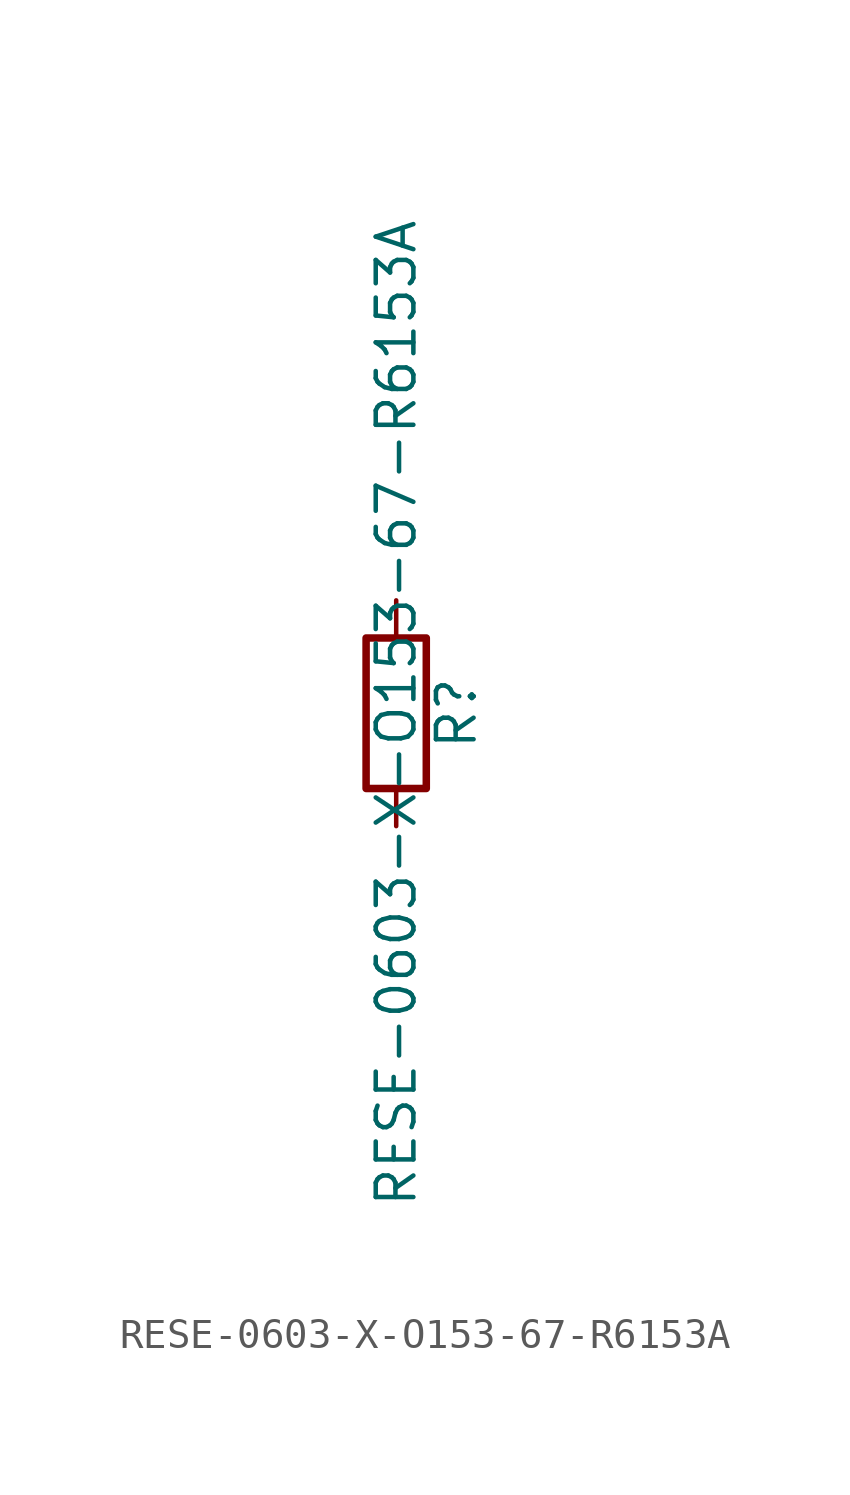
<source format=kicad_sym>
(kicad_symbol_lib
  (version 20211014)
  (generator kicad_symbol_editor)
  (symbol "RESE-0603-X-O153-67-R6153A"
    (pin_numbers hide)
    (pin_names
      (offset 0))
    (property "Reference" "R"
      (at 2.032 0 90)
      (effects (font (size 1.27 1.27))))
    (property "Value" "RESE-0603-X-O153-67-R6153A"
      (at 0 0 90)
      (effects (font (size 1.27 1.27))))
    (symbol "RESE-0603-X-O153-67-R6153A_0_1"
      (rectangle (start -1.016 -2.54) (end 1.016 2.54) (stroke (width 0.254) (type default) (color 0 0 0 0)) (fill (type none))))
    (symbol "RESE-0603-X-O153-67-R6153A_1_1"
      (pin passive line (at 0 3.81 270) (length 1.27) (name "~" (effects (font (size 1.27 1.27)))) (number "1" (effects (font (size 1.27 1.27)))))
      (pin passive line (at 0 -3.81 90) (length 1.27) (name "~" (effects (font (size 1.27 1.27)))) (number "2" (effects (font (size 1.27 1.27))))))))
</source>
